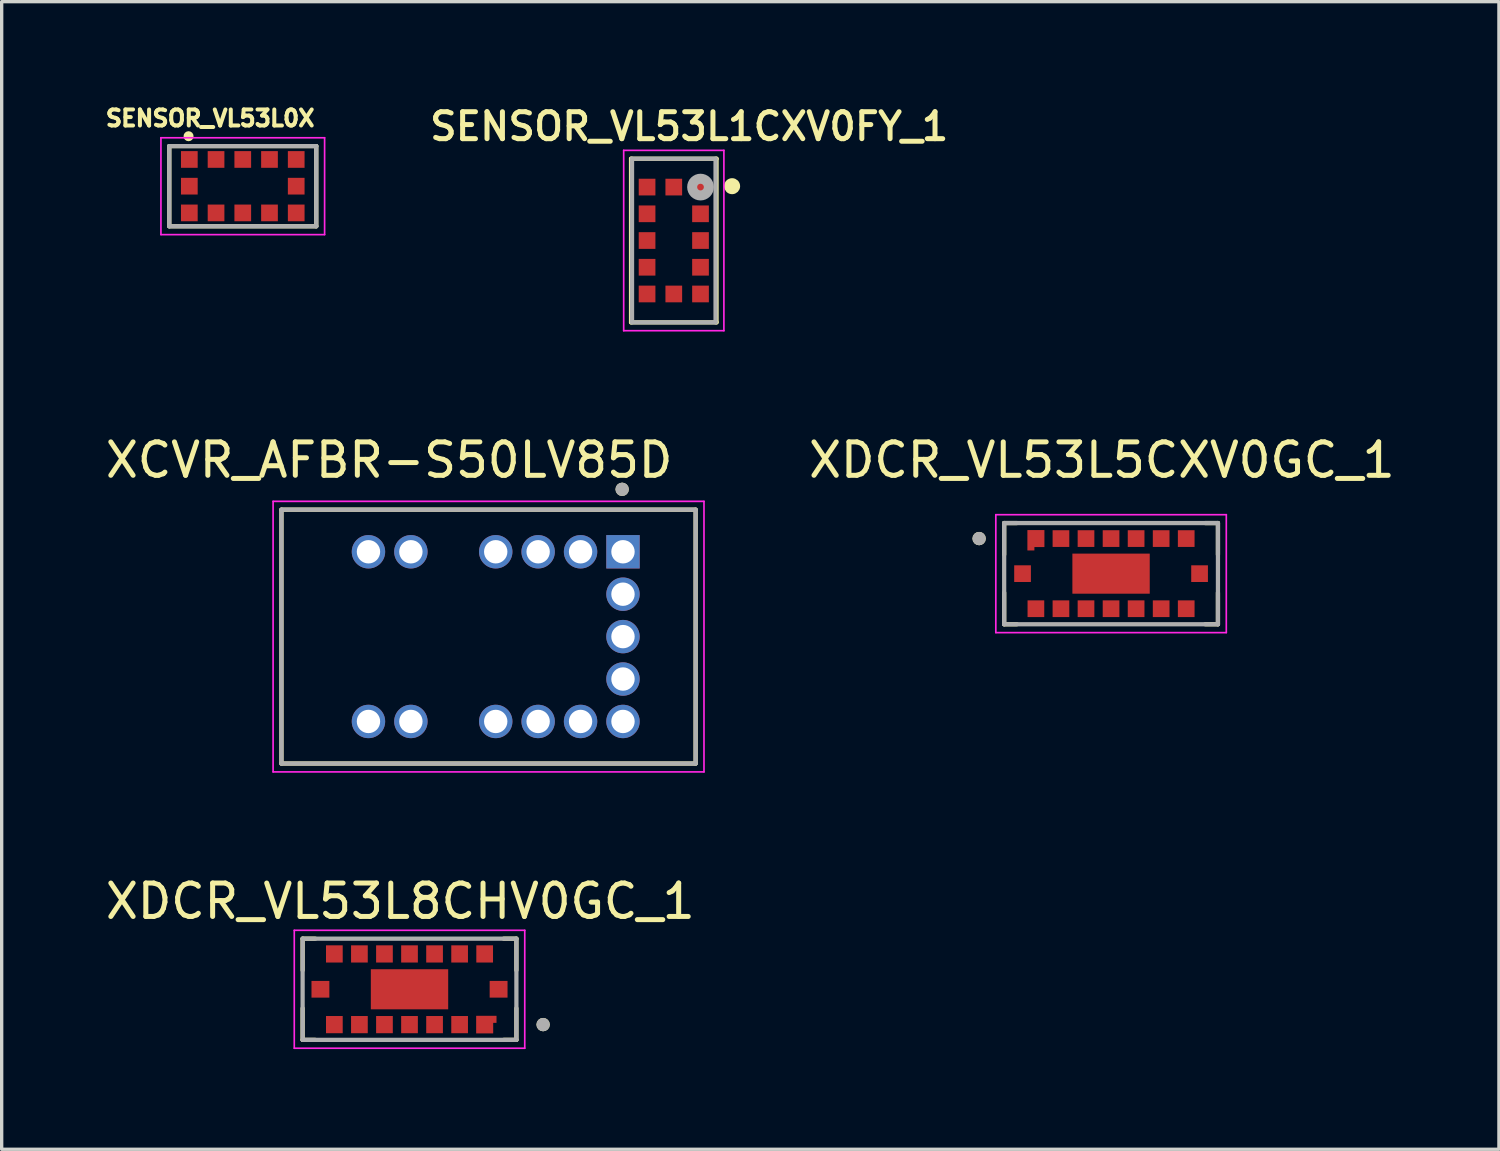
<source format=kicad_pcb>
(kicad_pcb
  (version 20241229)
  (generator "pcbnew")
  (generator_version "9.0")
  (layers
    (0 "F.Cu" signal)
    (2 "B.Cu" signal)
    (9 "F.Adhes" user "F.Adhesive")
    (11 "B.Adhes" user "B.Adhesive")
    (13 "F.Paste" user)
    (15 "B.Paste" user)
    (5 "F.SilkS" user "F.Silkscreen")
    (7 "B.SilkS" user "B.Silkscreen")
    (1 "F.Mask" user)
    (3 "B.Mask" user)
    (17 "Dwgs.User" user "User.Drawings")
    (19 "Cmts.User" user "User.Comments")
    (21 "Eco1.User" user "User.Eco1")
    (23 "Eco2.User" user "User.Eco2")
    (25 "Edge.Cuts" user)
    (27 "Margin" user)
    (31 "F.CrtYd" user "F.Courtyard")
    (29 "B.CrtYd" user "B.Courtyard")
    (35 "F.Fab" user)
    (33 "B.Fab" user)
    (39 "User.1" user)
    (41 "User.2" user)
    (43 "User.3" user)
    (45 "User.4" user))
  (footprint "XDCR_VL53L8CHV0GC_1"
    (layer "F.Cu")
    (at 9.21 26.567)
    (property "Reference" "XDCR_VL53L8CHV0GC_1" (at -0.275 -2.635 0) (layer "F.SilkS") (effects (font (size 1 1) (thickness 0.15))))
    (attr smd)
    (fp_poly (pts (xy -2.985 -0.3) (xy -2.35 -0.3) (xy -2.35 0.3) (xy -2.985 0.3)) (stroke (width 0.01) (type solid)) (fill yes) (layer "F.Mask"))
    (fp_poly (pts (xy -2.55 -1.365) (xy -1.95 -1.365) (xy -1.95 -0.75) (xy -2.55 -0.75)) (stroke (width 0.01) (type solid)) (fill yes) (layer "F.Mask"))
    (fp_poly (pts (xy -2.55 0.75) (xy -1.95 0.75) (xy -1.95 1.365) (xy -2.55 1.365)) (stroke (width 0.01) (type solid)) (fill yes) (layer "F.Mask"))
    (fp_poly (pts (xy -1.8 -1.365) (xy -1.2 -1.365) (xy -1.2 -0.75) (xy -1.8 -0.75)) (stroke (width 0.01) (type solid)) (fill yes) (layer "F.Mask"))
    (fp_poly (pts (xy -1.8 0.75) (xy -1.2 0.75) (xy -1.2 1.365) (xy -1.8 1.365)) (stroke (width 0.01) (type solid)) (fill yes) (layer "F.Mask"))
    (fp_poly (pts (xy -1.208 -0.65) (xy 1.208 -0.65) (xy 1.208 0.65) (xy -1.208 0.65)) (stroke (width 0.01) (type solid)) (fill yes) (layer "F.Mask"))
    (fp_poly (pts (xy -1.05 -1.365) (xy -0.45 -1.365) (xy -0.45 -0.75) (xy -1.05 -0.75)) (stroke (width 0.01) (type solid)) (fill yes) (layer "F.Mask"))
    (fp_poly (pts (xy -1.05 0.75) (xy -0.45 0.75) (xy -0.45 1.365) (xy -1.05 1.365)) (stroke (width 0.01) (type solid)) (fill yes) (layer "F.Mask"))
    (fp_poly (pts (xy -0.3 -1.365) (xy 0.3 -1.365) (xy 0.3 -0.75) (xy -0.3 -0.75)) (stroke (width 0.01) (type solid)) (fill yes) (layer "F.Mask"))
    (fp_poly (pts (xy -0.3 0.75) (xy 0.3 0.75) (xy 0.3 1.365) (xy -0.3 1.365)) (stroke (width 0.01) (type solid)) (fill yes) (layer "F.Mask"))
    (fp_poly (pts (xy 0.45 -1.365) (xy 1.05 -1.365) (xy 1.05 -0.75) (xy 0.45 -0.75)) (stroke (width 0.01) (type solid)) (fill yes) (layer "F.Mask"))
    (fp_poly (pts (xy 0.45 0.75) (xy 1.05 0.75) (xy 1.05 1.365) (xy 0.45 1.365)) (stroke (width 0.01) (type solid)) (fill yes) (layer "F.Mask"))
    (fp_poly (pts (xy 1.2 -1.365) (xy 1.8 -1.365) (xy 1.8 -0.75) (xy 1.2 -0.75)) (stroke (width 0.01) (type solid)) (fill yes) (layer "F.Mask"))
    (fp_poly (pts (xy 1.2 0.75) (xy 1.8 0.75) (xy 1.8 1.365) (xy 1.2 1.365)) (stroke (width 0.01) (type solid)) (fill yes) (layer "F.Mask"))
    (fp_poly (pts (xy 1.95 -1.365) (xy 2.55 -1.365) (xy 2.55 -0.75) (xy 1.95 -0.75)) (stroke (width 0.01) (type solid)) (fill yes) (layer "F.Mask"))
    (fp_poly (pts (xy 2.35 -0.3) (xy 2.985 -0.3) (xy 2.985 0.3) (xy 2.35 0.3)) (stroke (width 0.01) (type solid)) (fill yes) (layer "F.Mask"))
    (fp_poly (pts (xy 2.65 0.75) (xy 1.95 0.75) (xy 1.95 1.365) (xy 2.55 1.365) (xy 2.55 1.05) (xy 2.65 1.05)) (stroke (width 0.01) (type solid)) (fill yes) (layer "F.Mask"))
    (fp_line (start -3.2 -1.515) (end -2.82 -1.515) (stroke (width 0.127) (type solid)) (layer "F.SilkS"))
    (fp_line (start -3.2 -0.57) (end -3.2 -1.515) (stroke (width 0.127) (type solid)) (layer "F.SilkS"))
    (fp_line (start -3.2 1.515) (end -3.2 0.57) (stroke (width 0.127) (type solid)) (layer "F.SilkS"))
    (fp_line (start -2.82 1.515) (end -3.2 1.515) (stroke (width 0.127) (type solid)) (layer "F.SilkS"))
    (fp_line (start 2.82 -1.515) (end 3.2 -1.515) (stroke (width 0.127) (type solid)) (layer "F.SilkS"))
    (fp_line (start 3.2 -1.515) (end 3.2 -0.57) (stroke (width 0.127) (type solid)) (layer "F.SilkS"))
    (fp_line (start 3.2 1.515) (end 2.82 1.515) (stroke (width 0.127) (type solid)) (layer "F.SilkS"))
    (fp_line (start 3.2 1.515) (end 3.2 0.57) (stroke (width 0.127) (type solid)) (layer "F.SilkS"))
    (fp_circle (center 4 1.058) (end 4.1 1.058) (stroke (width 0.2) (type solid)) (fill no) (layer "F.SilkS"))
    (fp_poly (pts (xy 2.6 0.8) (xy 2 0.8) (xy 2 1.315) (xy 2.5 1.315) (xy 2.5 1) (xy 2.6 1)) (stroke (width 0.01) (type solid)) (fill yes) (layer "F.Paste"))
    (fp_line (start -3.45 -1.765) (end -3.45 1.765) (stroke (width 0.05) (type solid)) (layer "F.CrtYd"))
    (fp_line (start -3.45 1.765) (end 3.45 1.765) (stroke (width 0.05) (type solid)) (layer "F.CrtYd"))
    (fp_line (start 3.45 -1.765) (end -3.45 -1.765) (stroke (width 0.05) (type solid)) (layer "F.CrtYd"))
    (fp_line (start 3.45 1.765) (end 3.45 -1.765) (stroke (width 0.05) (type solid)) (layer "F.CrtYd"))
    (fp_line (start -3.2 -1.515) (end 3.2 -1.515) (stroke (width 0.127) (type solid)) (layer "F.Fab"))
    (fp_line (start -3.2 1.515) (end -3.2 -1.515) (stroke (width 0.127) (type solid)) (layer "F.Fab"))
    (fp_line (start 3.2 -1.515) (end 3.2 1.515) (stroke (width 0.127) (type solid)) (layer "F.Fab"))
    (fp_line (start 3.2 1.515) (end -3.2 1.515) (stroke (width 0.127) (type solid)) (layer "F.Fab"))
    (fp_circle (center 4 1.058) (end 4.1 1.058) (stroke (width 0.2) (type solid)) (fill no) (layer "F.Fab"))
    (pad "A1" smd custom (at 2.25 1.058) (size 0.25 0.25) (layers "F.Cu") (options (anchor rect)) (primitives (gr_poly (pts (xy 0.35 -0.258) (xy -0.25 -0.258) (xy -0.25 0.258) (xy 0.25 0.258) (xy 0.25 -0.058) (xy 0.35 -0.058)) (width 0.01) (fill yes))))
    (pad "A2" smd rect (at 1.5 1.058) (size 0.5 0.515) (layers "F.Cu" "F.Paste"))
    (pad "A3" smd rect (at 0.75 1.058) (size 0.5 0.515) (layers "F.Cu" "F.Paste"))
    (pad "A4" smd rect (at 0 1.058) (size 0.5 0.515) (layers "F.Cu" "F.Paste"))
    (pad "A5" smd rect (at -0.75 1.058) (size 0.5 0.515) (layers "F.Cu" "F.Paste"))
    (pad "A6" smd rect (at -1.5 1.058) (size 0.5 0.515) (layers "F.Cu" "F.Paste"))
    (pad "A7" smd rect (at -2.25 1.058) (size 0.5 0.515) (layers "F.Cu" "F.Paste"))
    (pad "B1" smd rect (at 2.667 0) (size 0.535 0.5) (layers "F.Cu" "F.Paste"))
    (pad "B4" smd rect (at 0 0) (size 2.316 1.2) (layers "F.Cu" "F.Paste"))
    (pad "B7" smd rect (at -2.667 0) (size 0.535 0.5) (layers "F.Cu" "F.Paste"))
    (pad "C1" smd rect (at 2.25 -1.058) (size 0.5 0.515) (layers "F.Cu" "F.Paste"))
    (pad "C2" smd rect (at 1.5 -1.058) (size 0.5 0.515) (layers "F.Cu" "F.Paste"))
    (pad "C3" smd rect (at 0.75 -1.058) (size 0.5 0.515) (layers "F.Cu" "F.Paste"))
    (pad "C4" smd rect (at 0 -1.058) (size 0.5 0.515) (layers "F.Cu" "F.Paste"))
    (pad "C5" smd rect (at -0.75 -1.058) (size 0.5 0.515) (layers "F.Cu" "F.Paste"))
    (pad "C6" smd rect (at -1.5 -1.058) (size 0.5 0.515) (layers "F.Cu" "F.Paste"))
    (pad "C7" smd rect (at -2.25 -1.058) (size 0.5 0.515) (layers "F.Cu" "F.Paste")))
  (footprint "XCVR_AFBR-S50LV85D"
    (layer "F.Cu")
    (at 11.576 16.009)
    (property "Reference" "XCVR_AFBR-S50LV85D" (at -2.975 -5.285 0) (layer "F.SilkS") (effects (font (size 1 1) (thickness 0.15))))
    (attr through_hole)
    (fp_line (start -6.2 -3.8) (end 6.2 -3.8) (stroke (width 0.127) (type solid)) (layer "F.SilkS"))
    (fp_line (start -6.2 3.8) (end -6.2 -3.8) (stroke (width 0.127) (type solid)) (layer "F.SilkS"))
    (fp_line (start 6.2 -3.8) (end 6.2 3.8) (stroke (width 0.127) (type solid)) (layer "F.SilkS"))
    (fp_line (start 6.2 3.8) (end -6.2 3.8) (stroke (width 0.127) (type solid)) (layer "F.SilkS"))
    (fp_circle (center 4 -4.41) (end 4.1 -4.41) (stroke (width 0.2) (type solid)) (fill no) (layer "F.SilkS"))
    (fp_line (start -6.45 -4.05) (end 6.45 -4.05) (stroke (width 0.05) (type solid)) (layer "F.CrtYd"))
    (fp_line (start -6.45 4.05) (end -6.45 -4.05) (stroke (width 0.05) (type solid)) (layer "F.CrtYd"))
    (fp_line (start 6.45 -4.05) (end 6.45 4.05) (stroke (width 0.05) (type solid)) (layer "F.CrtYd"))
    (fp_line (start 6.45 4.05) (end -6.45 4.05) (stroke (width 0.05) (type solid)) (layer "F.CrtYd"))
    (fp_line (start -6.2 -3.8) (end 6.2 -3.8) (stroke (width 0.127) (type solid)) (layer "F.Fab"))
    (fp_line (start -6.2 3.8) (end -6.2 -3.8) (stroke (width 0.127) (type solid)) (layer "F.Fab"))
    (fp_line (start 6.2 -3.8) (end 6.2 3.8) (stroke (width 0.127) (type solid)) (layer "F.Fab"))
    (fp_line (start 6.2 3.8) (end -6.2 3.8) (stroke (width 0.127) (type solid)) (layer "F.Fab"))
    (fp_circle (center 4 -4.41) (end 4.1 -4.41) (stroke (width 0.2) (type solid)) (fill no) (layer "F.Fab"))
    (pad "1" thru_hole rect (at 4.025 -2.54) (size 1 1) (drill 0.7) (layers "*.Cu" "*.Mask"))
    (pad "2" thru_hole circle (at 2.755 -2.54) (size 1 1) (drill 0.7) (layers "*.Cu" "*.Mask"))
    (pad "3" thru_hole circle (at 1.485 -2.54) (size 1 1) (drill 0.7) (layers "*.Cu" "*.Mask"))
    (pad "4" thru_hole circle (at 0.215 -2.54) (size 1 1) (drill 0.7) (layers "*.Cu" "*.Mask"))
    (pad "5" thru_hole circle (at -2.325 -2.54) (size 1 1) (drill 0.7) (layers "*.Cu" "*.Mask"))
    (pad "6" thru_hole circle (at -3.595 -2.54) (size 1 1) (drill 0.7) (layers "*.Cu" "*.Mask"))
    (pad "7" thru_hole circle (at -3.595 2.54) (size 1 1) (drill 0.7) (layers "*.Cu" "*.Mask"))
    (pad "8" thru_hole circle (at -2.325 2.54) (size 1 1) (drill 0.7) (layers "*.Cu" "*.Mask"))
    (pad "9" thru_hole circle (at 0.215 2.54) (size 1 1) (drill 0.7) (layers "*.Cu" "*.Mask"))
    (pad "10" thru_hole circle (at 1.485 2.54) (size 1 1) (drill 0.7) (layers "*.Cu" "*.Mask"))
    (pad "11" thru_hole circle (at 2.755 2.54) (size 1 1) (drill 0.7) (layers "*.Cu" "*.Mask"))
    (pad "12" thru_hole circle (at 4.025 2.54) (size 1 1) (drill 0.7) (layers "*.Cu" "*.Mask"))
    (pad "13" thru_hole circle (at 4.025 1.27) (size 1 1) (drill 0.7) (layers "*.Cu" "*.Mask"))
    (pad "14" thru_hole circle (at 4.025 0) (size 1 1) (drill 0.7) (layers "*.Cu" "*.Mask"))
    (pad "15" thru_hole circle (at 4.025 -1.27) (size 1 1) (drill 0.7) (layers "*.Cu" "*.Mask")))
  (footprint "SENSOR_VL53L1CXV0FY_1"
    (layer "F.Cu")
    (at 17.122 4.151)
    (property "Reference" "SENSOR_VL53L1CXV0FY_1" (at 0.461 -3.415 0) (layer "F.SilkS") (effects (font (size 0.807 0.807) (thickness 0.15))))
    (attr smd)
    (fp_line (start -1.28 -2.45) (end 1.28 -2.45) (stroke (width 0.127) (type solid)) (layer "F.SilkS"))
    (fp_line (start -1.28 2.45) (end -1.28 -2.45) (stroke (width 0.127) (type solid)) (layer "F.SilkS"))
    (fp_line (start 1.28 -2.45) (end 1.28 2.45) (stroke (width 0.127) (type solid)) (layer "F.SilkS"))
    (fp_line (start 1.28 2.45) (end -1.28 2.45) (stroke (width 0.127) (type solid)) (layer "F.SilkS"))
    (fp_circle (center 1.746 -1.627) (end 1.866 -1.627) (stroke (width 0.24) (type solid)) (fill no) (layer "F.SilkS"))
    (fp_line (start -1.5 -2.7) (end 1.5 -2.7) (stroke (width 0.05) (type solid)) (layer "F.CrtYd"))
    (fp_line (start -1.5 2.7) (end -1.5 -2.7) (stroke (width 0.05) (type solid)) (layer "F.CrtYd"))
    (fp_line (start 1.5 -2.7) (end 1.5 2.7) (stroke (width 0.05) (type solid)) (layer "F.CrtYd"))
    (fp_line (start 1.5 2.7) (end -1.5 2.7) (stroke (width 0.05) (type solid)) (layer "F.CrtYd"))
    (fp_line (start -1.25 -2.45) (end 1.25 -2.45) (stroke (width 0.127) (type solid)) (layer "F.Fab"))
    (fp_line (start -1.25 2.45) (end -1.25 -2.45) (stroke (width 0.127) (type solid)) (layer "F.Fab"))
    (fp_line (start 1.25 -2.45) (end 1.25 2.45) (stroke (width 0.127) (type solid)) (layer "F.Fab"))
    (fp_line (start 1.25 2.45) (end -1.25 2.45) (stroke (width 0.127) (type solid)) (layer "F.Fab"))
    (fp_circle (center 0.8 -1.6) (end 0.9 -1.6) (stroke (width 0.3) (type solid)) (fill no) (layer "F.Fab"))
    (pad "1" smd rect (at 0.8 -1.6) (size 0.5 0.5) (layers "F.Cu" "F.Mask" "F.Paste"))
    (pad "2" smd rect (at 0.8 -0.8) (size 0.5 0.5) (layers "F.Cu" "F.Mask" "F.Paste"))
    (pad "3" smd rect (at 0.8 0) (size 0.5 0.5) (layers "F.Cu" "F.Mask" "F.Paste"))
    (pad "4" smd rect (at 0.8 0.8) (size 0.5 0.5) (layers "F.Cu" "F.Mask" "F.Paste"))
    (pad "5" smd rect (at 0.8 1.6) (size 0.5 0.5) (layers "F.Cu" "F.Mask" "F.Paste"))
    (pad "6" smd rect (at 0 1.6) (size 0.5 0.5) (layers "F.Cu" "F.Mask" "F.Paste"))
    (pad "7" smd rect (at -0.8 1.6) (size 0.5 0.5) (layers "F.Cu" "F.Mask" "F.Paste"))
    (pad "8" smd rect (at -0.8 0.8) (size 0.5 0.5) (layers "F.Cu" "F.Mask" "F.Paste"))
    (pad "9" smd rect (at -0.8 0) (size 0.5 0.5) (layers "F.Cu" "F.Mask" "F.Paste"))
    (pad "10" smd rect (at -0.8 -0.8) (size 0.5 0.5) (layers "F.Cu" "F.Mask" "F.Paste"))
    (pad "11" smd rect (at -0.8 -1.6) (size 0.5 0.5) (layers "F.Cu" "F.Mask" "F.Paste"))
    (pad "12" smd rect (at 0 -1.6) (size 0.5 0.5) (layers "F.Cu" "F.Mask" "F.Paste")))
  (footprint "XDCR_VL53L5CXV0GC_1"
    (layer "F.Cu")
    (at 30.213 14.124)
    (property "Reference" "XDCR_VL53L5CXV0GC_1" (at -0.275 -3.4 0) (layer "F.SilkS") (effects (font (size 1 1) (thickness 0.15))))
    (attr smd)
    (fp_poly (pts (xy -2.2 -0.6) (xy -2.6 -0.6) (xy -2.6 -1.4) (xy -1.9 -1.4) (xy -1.9 -0.7) (xy -2.2 -0.7)) (stroke (width 0.01) (type solid)) (fill yes) (layer "F.Mask"))
    (fp_line (start -3.2 -1.515) (end -2.82 -1.515) (stroke (width 0.127) (type solid)) (layer "F.SilkS"))
    (fp_line (start -3.2 -0.57) (end -3.2 -1.515) (stroke (width 0.127) (type solid)) (layer "F.SilkS"))
    (fp_line (start -3.2 1.515) (end -3.2 0.57) (stroke (width 0.127) (type solid)) (layer "F.SilkS"))
    (fp_line (start -2.82 1.515) (end -3.2 1.515) (stroke (width 0.127) (type solid)) (layer "F.SilkS"))
    (fp_line (start 2.82 -1.515) (end 3.2 -1.515) (stroke (width 0.127) (type solid)) (layer "F.SilkS"))
    (fp_line (start 3.2 -1.515) (end 3.2 -0.57) (stroke (width 0.127) (type solid)) (layer "F.SilkS"))
    (fp_line (start 3.2 1.515) (end 2.82 1.515) (stroke (width 0.127) (type solid)) (layer "F.SilkS"))
    (fp_line (start 3.2 1.515) (end 3.2 0.57) (stroke (width 0.127) (type solid)) (layer "F.SilkS"))
    (fp_circle (center -3.95 -1.05) (end -3.85 -1.05) (stroke (width 0.2) (type solid)) (fill no) (layer "F.SilkS"))
    (fp_poly (pts (xy -2.3 -0.7) (xy -2.5 -0.7) (xy -2.5 -1.3) (xy -2 -1.3) (xy -2 -0.8) (xy -2.3 -0.8)) (stroke (width 0.01) (type solid)) (fill yes) (layer "F.Paste"))
    (fp_line (start -3.45 -1.765) (end -3.45 1.765) (stroke (width 0.05) (type solid)) (layer "F.CrtYd"))
    (fp_line (start -3.45 1.765) (end 3.45 1.765) (stroke (width 0.05) (type solid)) (layer "F.CrtYd"))
    (fp_line (start 3.45 -1.765) (end -3.45 -1.765) (stroke (width 0.05) (type solid)) (layer "F.CrtYd"))
    (fp_line (start 3.45 1.765) (end 3.45 -1.765) (stroke (width 0.05) (type solid)) (layer "F.CrtYd"))
    (fp_line (start -3.2 -1.515) (end 3.2 -1.515) (stroke (width 0.127) (type solid)) (layer "F.Fab"))
    (fp_line (start -3.2 1.515) (end -3.2 -1.515) (stroke (width 0.127) (type solid)) (layer "F.Fab"))
    (fp_line (start 3.2 -1.515) (end 3.2 1.515) (stroke (width 0.127) (type solid)) (layer "F.Fab"))
    (fp_line (start 3.2 1.515) (end -3.2 1.515) (stroke (width 0.127) (type solid)) (layer "F.Fab"))
    (fp_circle (center -3.95 -1.05) (end -3.85 -1.05) (stroke (width 0.2) (type solid)) (fill no) (layer "F.Fab"))
    (pad "A1" smd custom (at -2.25 -1.05) (size 0.3 0.3) (layers "F.Cu") (options (anchor rect)) (primitives (gr_poly (pts (xy -0.05 0.35) (xy -0.25 0.35) (xy -0.25 -0.25) (xy 0.25 -0.25) (xy 0.25 0.25) (xy -0.05 0.25)) (width 0.01) (fill yes))))
    (pad "A2" smd rect (at -1.5 -1.05) (size 0.5 0.5) (layers "F.Cu" "F.Mask" "F.Paste"))
    (pad "A3" smd rect (at -0.75 -1.05) (size 0.5 0.5) (layers "F.Cu" "F.Mask" "F.Paste"))
    (pad "A4" smd rect (at 0 -1.05) (size 0.5 0.5) (layers "F.Cu" "F.Mask" "F.Paste"))
    (pad "A5" smd rect (at 0.75 -1.05) (size 0.5 0.5) (layers "F.Cu" "F.Mask" "F.Paste"))
    (pad "A6" smd rect (at 1.5 -1.05) (size 0.5 0.5) (layers "F.Cu" "F.Mask" "F.Paste"))
    (pad "A7" smd rect (at 2.25 -1.05) (size 0.5 0.5) (layers "F.Cu" "F.Mask" "F.Paste"))
    (pad "B1" smd rect (at -2.65 0) (size 0.5 0.5) (layers "F.Cu" "F.Mask" "F.Paste"))
    (pad "B4" smd rect (at 0 0) (size 2.316 1.2) (layers "F.Cu" "F.Mask" "F.Paste"))
    (pad "B7" smd rect (at 2.65 0) (size 0.5 0.5) (layers "F.Cu" "F.Mask" "F.Paste"))
    (pad "C1" smd rect (at -2.25 1.05) (size 0.5 0.5) (layers "F.Cu" "F.Mask" "F.Paste"))
    (pad "C2" smd rect (at -1.5 1.05) (size 0.5 0.5) (layers "F.Cu" "F.Mask" "F.Paste"))
    (pad "C3" smd rect (at -0.75 1.05) (size 0.5 0.5) (layers "F.Cu" "F.Mask" "F.Paste"))
    (pad "C4" smd rect (at 0 1.05) (size 0.5 0.5) (layers "F.Cu" "F.Mask" "F.Paste"))
    (pad "C5" smd rect (at 0.75 1.05) (size 0.5 0.5) (layers "F.Cu" "F.Mask" "F.Paste"))
    (pad "C6" smd rect (at 1.5 1.05) (size 0.5 0.5) (layers "F.Cu" "F.Mask" "F.Paste"))
    (pad "C7" smd rect (at 2.25 1.05) (size 0.5 0.5) (layers "F.Cu" "F.Mask" "F.Paste")))
  (footprint "SENSOR_VL53L0X"
    (layer "F.Cu")
    (at 4.218 2.524)
    (property "Reference" "SENSOR_VL53L0X" (at -0.976 -2.033 0) (layer "F.SilkS") (effects (font (size 0.48 0.48) (thickness 0.12))))
    (attr smd)
    (fp_line (start -2.2 -1.2) (end -2.2 1.2) (stroke (width 0.127) (type solid)) (layer "F.SilkS"))
    (fp_line (start -2.2 1.2) (end 2.2 1.2) (stroke (width 0.127) (type solid)) (layer "F.SilkS"))
    (fp_line (start 2.2 -1.2) (end -2.2 -1.2) (stroke (width 0.127) (type solid)) (layer "F.SilkS"))
    (fp_line (start 2.2 1.2) (end 2.2 -1.2) (stroke (width 0.127) (type solid)) (layer "F.SilkS"))
    (fp_circle (center -1.623 -1.496) (end -1.548 -1.496) (stroke (width 0.15) (type solid)) (fill no) (layer "F.SilkS"))
    (fp_line (start -2.45 -1.45) (end -2.45 1.45) (stroke (width 0.05) (type solid)) (layer "F.CrtYd"))
    (fp_line (start -2.45 1.45) (end 2.45 1.45) (stroke (width 0.05) (type solid)) (layer "F.CrtYd"))
    (fp_line (start 2.45 -1.45) (end -2.45 -1.45) (stroke (width 0.05) (type solid)) (layer "F.CrtYd"))
    (fp_line (start 2.45 1.45) (end 2.45 -1.45) (stroke (width 0.05) (type solid)) (layer "F.CrtYd"))
    (fp_line (start -2.2 -1.2) (end -2.2 1.2) (stroke (width 0.127) (type solid)) (layer "F.Fab"))
    (fp_line (start -2.2 1.2) (end 2.2 1.2) (stroke (width 0.127) (type solid)) (layer "F.Fab"))
    (fp_line (start 2.2 -1.2) (end -2.2 -1.2) (stroke (width 0.127) (type solid)) (layer "F.Fab"))
    (fp_line (start 2.2 1.2) (end 2.2 -1.2) (stroke (width 0.127) (type solid)) (layer "F.Fab"))
    (pad "1" smd rect (at -1.6 -0.8) (size 0.5 0.5) (layers "F.Cu" "F.Mask" "F.Paste"))
    (pad "2" smd rect (at -0.8 -0.8) (size 0.5 0.5) (layers "F.Cu" "F.Mask" "F.Paste"))
    (pad "3" smd rect (at 0 -0.8) (size 0.5 0.5) (layers "F.Cu" "F.Mask" "F.Paste"))
    (pad "4" smd rect (at 0.8 -0.8) (size 0.5 0.5) (layers "F.Cu" "F.Mask" "F.Paste"))
    (pad "5" smd rect (at 1.6 -0.8) (size 0.5 0.5) (layers "F.Cu" "F.Mask" "F.Paste"))
    (pad "6" smd rect (at 1.6 0) (size 0.5 0.5) (layers "F.Cu" "F.Mask" "F.Paste"))
    (pad "7" smd rect (at 1.6 0.8) (size 0.5 0.5) (layers "F.Cu" "F.Mask" "F.Paste"))
    (pad "8" smd rect (at 0.8 0.8) (size 0.5 0.5) (layers "F.Cu" "F.Mask" "F.Paste"))
    (pad "9" smd rect (at 0 0.8) (size 0.5 0.5) (layers "F.Cu" "F.Mask" "F.Paste"))
    (pad "10" smd rect (at -0.8 0.8) (size 0.5 0.5) (layers "F.Cu" "F.Mask" "F.Paste"))
    (pad "11" smd rect (at -1.6 0.8) (size 0.5 0.5) (layers "F.Cu" "F.Mask" "F.Paste"))
    (pad "12" smd rect (at -1.6 0) (size 0.5 0.5) (layers "F.Cu" "F.Mask" "F.Paste")))
  (gr_rect
    (start -3 -3)
    (end 41.825 31.357)
    (stroke (width 0.1) (type default))
    (fill no)
    (layer "Edge.Cuts")))
</source>
